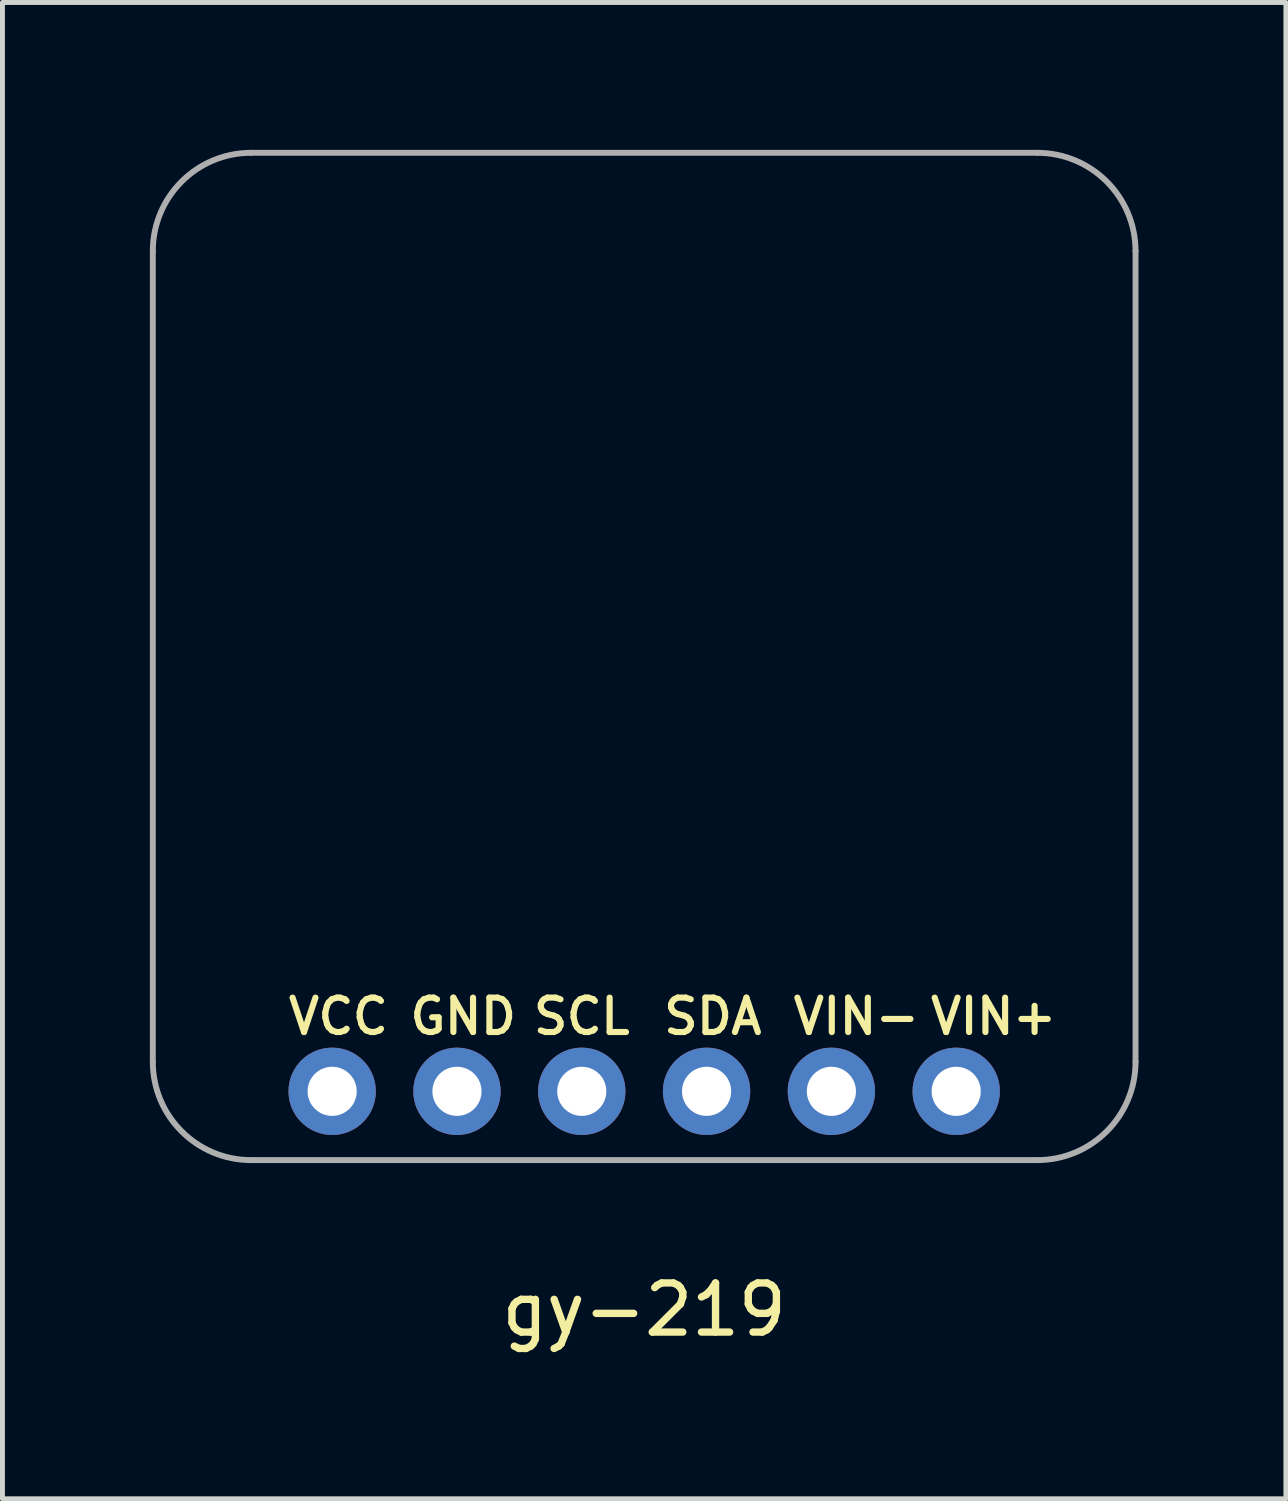
<source format=kicad_pcb>
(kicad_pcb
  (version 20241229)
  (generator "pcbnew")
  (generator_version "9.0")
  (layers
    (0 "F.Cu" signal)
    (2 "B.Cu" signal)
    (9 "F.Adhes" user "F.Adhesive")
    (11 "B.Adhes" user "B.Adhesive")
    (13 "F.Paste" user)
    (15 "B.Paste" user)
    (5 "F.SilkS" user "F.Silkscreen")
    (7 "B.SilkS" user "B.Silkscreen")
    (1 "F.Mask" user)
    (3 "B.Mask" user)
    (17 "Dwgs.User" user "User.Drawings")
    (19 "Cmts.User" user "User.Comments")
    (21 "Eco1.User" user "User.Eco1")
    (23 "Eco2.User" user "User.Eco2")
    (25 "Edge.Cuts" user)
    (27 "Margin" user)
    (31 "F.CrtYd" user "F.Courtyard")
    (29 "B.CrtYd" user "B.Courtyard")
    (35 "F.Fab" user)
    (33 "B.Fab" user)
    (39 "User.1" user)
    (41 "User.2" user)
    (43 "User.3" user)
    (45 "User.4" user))
  (footprint "gy-219"
    (layer "F.Cu")
    (at 10.06 19.16)
    (property "Reference" "gy-219" (at 0 4.445 0) (layer "F.SilkS") (effects (font (size 1 1) (thickness 0.15))))
    (attr through_hole)
    (fp_line (start -10 -17.1) (end -10 -0.6) (stroke (width 0.12) (type solid)) (layer "F.Fab"))
    (fp_line (start -8 1.4) (end 8 1.4) (stroke (width 0.12) (type solid)) (layer "F.Fab"))
    (fp_line (start 8 -19.1) (end -8 -19.1) (stroke (width 0.12) (type solid)) (layer "F.Fab"))
    (fp_line (start 10 -0.6) (end 10 -17.1) (stroke (width 0.12) (type solid)) (layer "F.Fab"))
    (fp_arc (start -10 -17.1) (mid -9.414214 -18.514214) (end -8 -19.1) (stroke (width 0.12) (type solid)) (layer "F.Fab"))
    (fp_arc (start -8 1.4) (mid -9.414214 0.814214) (end -10 -0.6) (stroke (width 0.12) (type solid)) (layer "F.Fab"))
    (fp_arc (start 8 -19.1) (mid 9.414214 -18.514214) (end 10 -17.1) (stroke (width 0.12) (type solid)) (layer "F.Fab"))
    (fp_arc (start 10 -0.6) (mid 9.414214 0.814214) (end 8 1.4) (stroke (width 0.12) (type solid)) (layer "F.Fab"))
    (fp_text user "VIN+" (at 7.112 -1.524 0) (layer "F.SilkS") (effects (font (size 0.7 0.7) (thickness 0.125))))
    (fp_text user "VCC" (at -6.223 -1.524 0) (layer "F.SilkS") (effects (font (size 0.7 0.7) (thickness 0.125))))
    (fp_text user "GND" (at -3.683 -1.524 0) (layer "F.SilkS") (effects (font (size 0.7 0.7) (thickness 0.125))))
    (fp_text user "VIN-" (at 4.318 -1.524 0) (layer "F.SilkS") (effects (font (size 0.7 0.7) (thickness 0.125))))
    (fp_text user "SDA" (at 1.397 -1.524 0) (layer "F.SilkS") (effects (font (size 0.7 0.7) (thickness 0.125))))
    (fp_text user "SCL" (at -1.27 -1.524 0) (layer "F.SilkS") (effects (font (size 0.7 0.7) (thickness 0.125))))
    (pad "1" thru_hole circle (at -6.35 0 180) (size 1.778 1.778) (drill 1) (layers "*.Cu" "*.Mask"))
    (pad "2" thru_hole circle (at -3.81 0 180) (size 1.778 1.778) (drill 1) (layers "*.Cu" "*.Mask"))
    (pad "3" thru_hole circle (at -1.27 0 180) (size 1.778 1.778) (drill 1) (layers "*.Cu" "*.Mask"))
    (pad "4" thru_hole circle (at 1.27 0 180) (size 1.778 1.778) (drill 1) (layers "*.Cu" "*.Mask"))
    (pad "5" thru_hole circle (at 3.81 0 180) (size 1.778 1.778) (drill 1) (layers "*.Cu" "*.Mask"))
    (pad "6" thru_hole circle (at 6.35 0 180) (size 1.778 1.778) (drill 1) (layers "*.Cu" "*.Mask")))
  (gr_rect
    (start -3 -3)
    (end 23.12 27.453)
    (stroke (width 0.1) (type default))
    (fill no)
    (layer "Edge.Cuts")))
</source>
